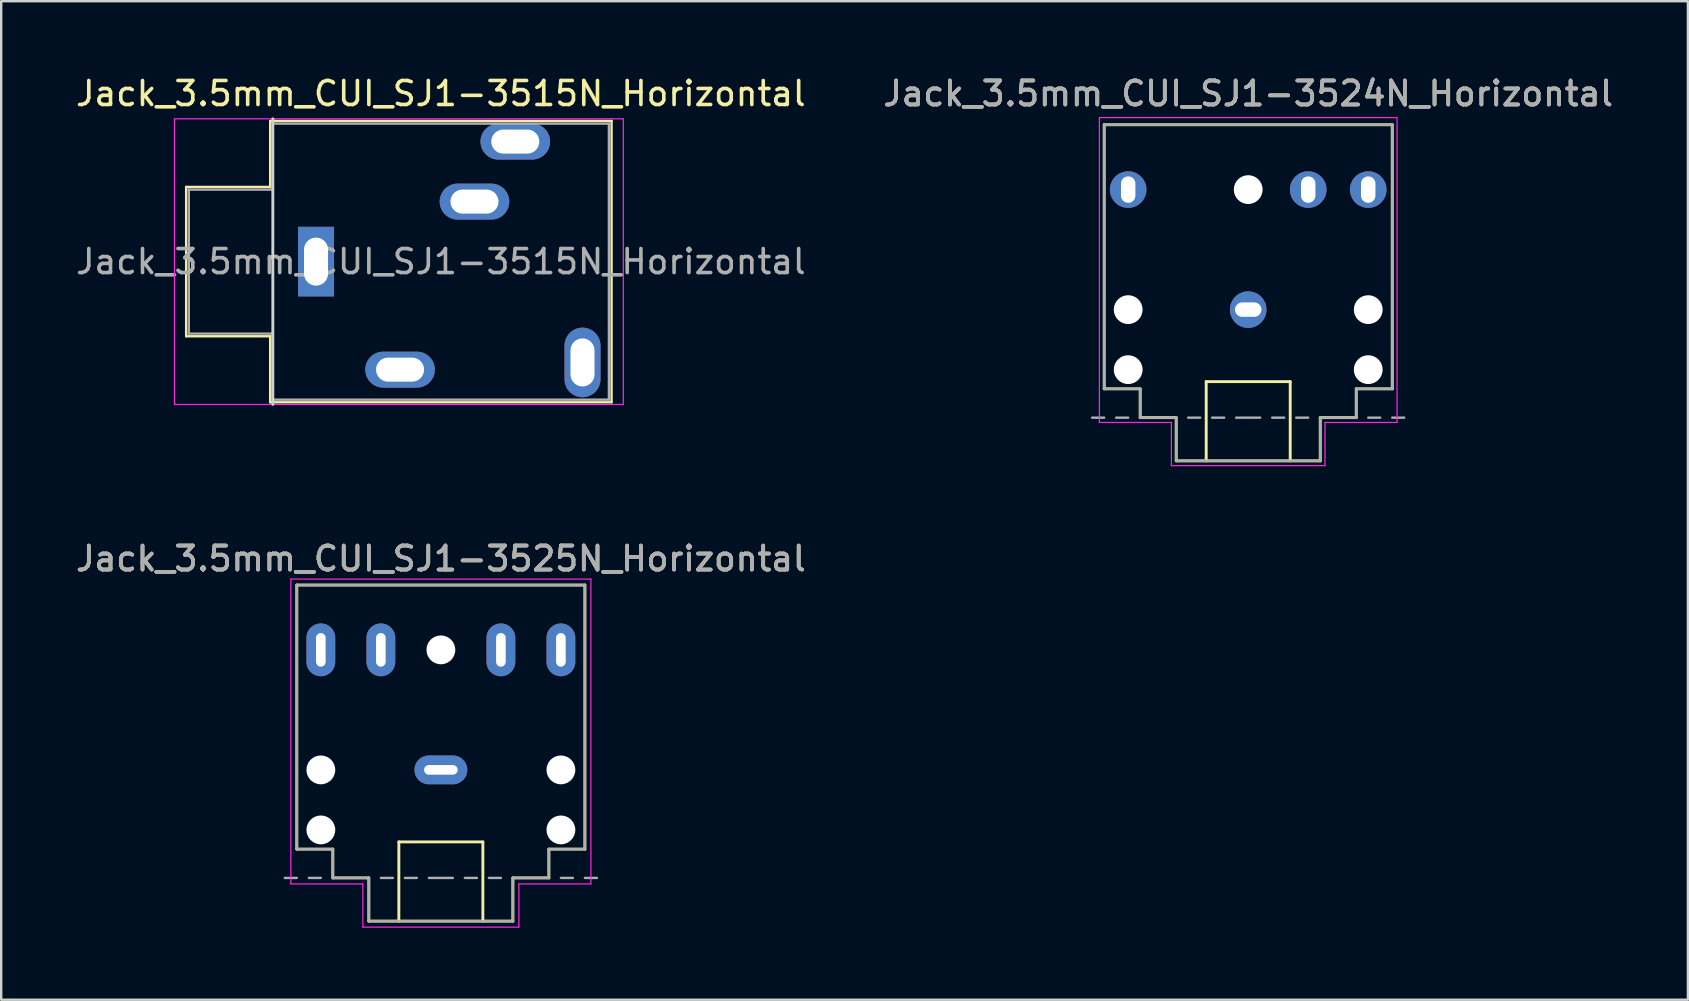
<source format=kicad_pcb>
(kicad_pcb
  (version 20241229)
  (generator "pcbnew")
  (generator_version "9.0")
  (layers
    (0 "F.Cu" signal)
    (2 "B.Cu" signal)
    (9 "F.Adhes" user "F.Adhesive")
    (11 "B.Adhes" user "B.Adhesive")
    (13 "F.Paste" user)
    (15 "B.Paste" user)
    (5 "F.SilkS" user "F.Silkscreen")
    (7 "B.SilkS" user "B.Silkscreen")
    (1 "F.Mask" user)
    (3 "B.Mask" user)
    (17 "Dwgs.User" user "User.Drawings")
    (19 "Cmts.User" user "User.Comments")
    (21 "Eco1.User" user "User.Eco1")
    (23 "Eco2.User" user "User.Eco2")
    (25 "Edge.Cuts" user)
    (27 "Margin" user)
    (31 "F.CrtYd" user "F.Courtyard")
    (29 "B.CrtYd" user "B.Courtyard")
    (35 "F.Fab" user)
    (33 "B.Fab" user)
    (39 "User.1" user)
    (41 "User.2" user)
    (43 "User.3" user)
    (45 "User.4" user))
  (footprint "Jack_3.5mm_CUI_SJ1-3515N_Horizontal"
    (layer "F.Cu")
    (at 10.115 7.848)
    (property "Reference" "Jack_3.5mm_CUI_SJ1-3515N_Horizontal" (at 5.2 -7 0) (unlocked yes) (layer "F.SilkS") (effects (font (size 1 1) (thickness 0.15))))
    (attr through_hole)
    (fp_line (start -5.41 -3.11) (end -5.41 3.11) (stroke (width 0.1) (type solid)) (layer "F.SilkS"))
    (fp_line (start -1.91 -5.86) (end -1.91 -3.11) (stroke (width 0.1) (type solid)) (layer "F.SilkS"))
    (fp_line (start -1.91 -3.11) (end -5.41 -3.11) (stroke (width 0.1) (type solid)) (layer "F.SilkS"))
    (fp_line (start -1.91 3.11) (end -5.41 3.11) (stroke (width 0.1) (type solid)) (layer "F.SilkS"))
    (fp_line (start -1.91 5.86) (end -1.91 3.11) (stroke (width 0.1) (type solid)) (layer "F.SilkS"))
    (fp_line (start 12.31 -5.86) (end -1.91 -5.86) (stroke (width 0.1) (type solid)) (layer "F.SilkS"))
    (fp_line (start 12.31 -5.86) (end 12.31 5.86) (stroke (width 0.1) (type solid)) (layer "F.SilkS"))
    (fp_line (start 12.31 5.86) (end -1.91 5.86) (stroke (width 0.1) (type solid)) (layer "F.SilkS"))
    (fp_line (start -1.8 -5.95) (end -1.8 5.95) (stroke (width 0.12) (type solid)) (layer "Edge.Cuts"))
    (fp_rect (start -5.9 -5.95) (end 12.8 5.95) (stroke (width 0.05) (type solid)) (fill no) (layer "F.CrtYd"))
    (fp_line (start -5.3 -3) (end -5.3 3) (stroke (width 0.1) (type solid)) (layer "F.Fab"))
    (fp_line (start -1.8 -5.75) (end -1.8 -3) (stroke (width 0.1) (type solid)) (layer "F.Fab"))
    (fp_line (start -1.8 -3) (end -5.3 -3) (stroke (width 0.1) (type solid)) (layer "F.Fab"))
    (fp_line (start -1.8 3) (end -5.3 3) (stroke (width 0.1) (type solid)) (layer "F.Fab"))
    (fp_line (start -1.8 5.75) (end -1.8 3) (stroke (width 0.1) (type solid)) (layer "F.Fab"))
    (fp_line (start 12.2 -5.75) (end -1.8 -5.75) (stroke (width 0.1) (type solid)) (layer "F.Fab"))
    (fp_line (start 12.2 -5.75) (end 12.2 5.75) (stroke (width 0.1) (type solid)) (layer "F.Fab"))
    (fp_line (start 12.2 5.75) (end -1.8 5.75) (stroke (width 0.1) (type solid)) (layer "F.Fab"))
    (fp_text user "${REFERENCE}" (at 5.2 0 0) (unlocked yes) (layer "F.Fab") (effects (font (size 1 1) (thickness 0.15))))
    (pad "1" thru_hole rect (at 0 0 270) (size 2.9 1.5) (drill oval 2 1) (layers "*.Cu" "*.Mask"))
    (pad "2" thru_hole oval (at 3.5 4.5) (size 2.9 1.5) (drill oval 2 1) (layers "*.Cu" "*.Mask"))
    (pad "3" thru_hole oval (at 8.3 -5) (size 2.9 1.5) (drill oval 2 1) (layers "*.Cu" "*.Mask"))
    (pad "4" thru_hole oval (at 11.1 4.2 90) (size 2.9 1.5) (drill oval 2 1) (layers "*.Cu" "*.Mask"))
    (pad "5" thru_hole oval (at 6.6 -2.5) (size 2.9 1.5) (drill oval 2 1) (layers "*.Cu" "*.Mask")))
  (footprint "Jack_3.5mm_CUI_SJ1-3525N_Horizontal"
    (layer "F.Cu")
    (at 15.315 29.021)
    (property "Reference" "Jack_3.5mm_CUI_SJ1-3525N_Horizontal" (at 0 -8.8 0) (layer "F.SilkS") (effects (font (size 1 1) (thickness 0.15))))
    (attr through_hole exclude_from_pos_files exclude_from_bom)
    (fp_line (start -6 -7.7) (end 6 -7.7) (stroke (width 0.12) (type solid)) (layer "F.SilkS"))
    (fp_line (start -6 3.3) (end -6 -7.7) (stroke (width 0.12) (type solid)) (layer "F.SilkS"))
    (fp_line (start -4.5 3.3) (end -6 3.3) (stroke (width 0.12) (type solid)) (layer "F.SilkS"))
    (fp_line (start -4.5 4.5) (end -4.5 3.3) (stroke (width 0.12) (type solid)) (layer "F.SilkS"))
    (fp_line (start -3 4.5) (end -4.5 4.5) (stroke (width 0.12) (type solid)) (layer "F.SilkS"))
    (fp_line (start -3 6.3) (end -3 4.5) (stroke (width 0.12) (type solid)) (layer "F.SilkS"))
    (fp_line (start -1.75 3) (end -1.75 6.3) (stroke (width 0.12) (type solid)) (layer "F.SilkS"))
    (fp_line (start 1.75 3) (end -1.75 3) (stroke (width 0.12) (type solid)) (layer "F.SilkS"))
    (fp_line (start 1.75 6.3) (end 1.75 3) (stroke (width 0.12) (type solid)) (layer "F.SilkS"))
    (fp_line (start 3 4.5) (end 3 6.3) (stroke (width 0.12) (type solid)) (layer "F.SilkS"))
    (fp_line (start 3 6.3) (end -3 6.3) (stroke (width 0.12) (type solid)) (layer "F.SilkS"))
    (fp_line (start 4.5 3.3) (end 4.5 4.5) (stroke (width 0.12) (type solid)) (layer "F.SilkS"))
    (fp_line (start 4.5 4.5) (end 3 4.5) (stroke (width 0.12) (type solid)) (layer "F.SilkS"))
    (fp_line (start 6 -7.7) (end 6 3.3) (stroke (width 0.12) (type solid)) (layer "F.SilkS"))
    (fp_line (start 6 3.3) (end 4.5 3.3) (stroke (width 0.12) (type solid)) (layer "F.SilkS"))
    (fp_line (start -6.25 -7.95) (end -6.25 4.75) (stroke (width 0.05) (type solid)) (layer "F.CrtYd"))
    (fp_line (start -6.25 4.75) (end -3.25 4.75) (stroke (width 0.05) (type solid)) (layer "F.CrtYd"))
    (fp_line (start -3.25 4.75) (end -3.25 6.55) (stroke (width 0.05) (type solid)) (layer "F.CrtYd"))
    (fp_line (start -3.25 6.55) (end 3.25 6.55) (stroke (width 0.05) (type solid)) (layer "F.CrtYd"))
    (fp_line (start 3.25 4.75) (end 6.25 4.75) (stroke (width 0.05) (type solid)) (layer "F.CrtYd"))
    (fp_line (start 3.25 6.55) (end 3.25 4.75) (stroke (width 0.05) (type solid)) (layer "F.CrtYd"))
    (fp_line (start 6.25 -7.95) (end -6.25 -7.95) (stroke (width 0.05) (type solid)) (layer "F.CrtYd"))
    (fp_line (start 6.25 4.5) (end 6.25 -7.95) (stroke (width 0.05) (type solid)) (layer "F.CrtYd"))
    (fp_line (start 6.25 4.75) (end 6.25 4.5) (stroke (width 0.05) (type solid)) (layer "F.CrtYd"))
    (fp_line (start -6 -7.7) (end 6 -7.7) (stroke (width 0.1) (type solid)) (layer "F.Fab"))
    (fp_line (start -6 3.3) (end -6 -7.7) (stroke (width 0.1) (type solid)) (layer "F.Fab"))
    (fp_line (start -6 4.5) (end -6.5 4.5) (stroke (width 0.1) (type solid)) (layer "F.Fab"))
    (fp_line (start -5 4.5) (end -5.5 4.5) (stroke (width 0.1) (type solid)) (layer "F.Fab"))
    (fp_line (start -4.5 3.3) (end -6 3.3) (stroke (width 0.1) (type solid)) (layer "F.Fab"))
    (fp_line (start -4.5 4.5) (end -4.5 3.3) (stroke (width 0.1) (type solid)) (layer "F.Fab"))
    (fp_line (start -4.5 4.5) (end -3 4.5) (stroke (width 0.1) (type solid)) (layer "F.Fab"))
    (fp_line (start -3 4.5) (end -3 6.3) (stroke (width 0.1) (type solid)) (layer "F.Fab"))
    (fp_line (start -3 6.3) (end 3 6.3) (stroke (width 0.1) (type solid)) (layer "F.Fab"))
    (fp_line (start -2 4.5) (end -2.5 4.5) (stroke (width 0.1) (type solid)) (layer "F.Fab"))
    (fp_line (start -1 4.5) (end -1.5 4.5) (stroke (width 0.1) (type solid)) (layer "F.Fab"))
    (fp_line (start 0.5 4.5) (end -0.5 4.5) (stroke (width 0.1) (type solid)) (layer "F.Fab"))
    (fp_line (start 1.5 4.5) (end 1 4.5) (stroke (width 0.1) (type solid)) (layer "F.Fab"))
    (fp_line (start 2.5 4.5) (end 2 4.5) (stroke (width 0.1) (type solid)) (layer "F.Fab"))
    (fp_line (start 3 4.5) (end 3 6.3) (stroke (width 0.1) (type solid)) (layer "F.Fab"))
    (fp_line (start 4.5 3.3) (end 6 3.3) (stroke (width 0.1) (type solid)) (layer "F.Fab"))
    (fp_line (start 4.5 4.5) (end 3 4.5) (stroke (width 0.1) (type solid)) (layer "F.Fab"))
    (fp_line (start 4.5 4.5) (end 4.5 3.3) (stroke (width 0.1) (type solid)) (layer "F.Fab"))
    (fp_line (start 5 4.5) (end 5.5 4.5) (stroke (width 0.1) (type solid)) (layer "F.Fab"))
    (fp_line (start 6 3.3) (end 6 -7.7) (stroke (width 0.1) (type solid)) (layer "F.Fab"))
    (fp_line (start 6 4.5) (end 6.5 4.5) (stroke (width 0.1) (type solid)) (layer "F.Fab"))
    (fp_text user "${REFERENCE}" (at 0 -8.8 0) (layer "F.Fab") (effects (font (size 1 1) (thickness 0.15))))
    (fp_text user "${REFERENCE}" (at 0 -8.8 0) (layer "F.Fab") (effects (font (size 1 1) (thickness 0.15))))
    (pad "" np_thru_hole circle (at -5 0) (size 1.2 1.2) (drill 1.2) (layers "*.Cu"))
    (pad "" np_thru_hole circle (at -5 2.5) (size 1.2 1.2) (drill 1.2) (layers "*.Cu"))
    (pad "" np_thru_hole circle (at 0 -5) (size 1.2 1.2) (drill 1.2) (layers "*.Cu"))
    (pad "" np_thru_hole circle (at 5 0) (size 1.2 1.2) (drill 1.2) (layers "*.Cu"))
    (pad "" np_thru_hole circle (at 5 2.5) (size 1.2 1.2) (drill 1.2) (layers "*.Cu"))
    (pad "R" thru_hole oval (at -5 -5) (size 1.2 2.2) (drill oval 0.4 1.4) (layers "*.Cu" "*.Mask"))
    (pad "RN" thru_hole oval (at -2.5 -5) (size 1.2 2.2) (drill oval 0.4 1.4) (layers "*.Cu" "*.Mask"))
    (pad "S" thru_hole oval (at 0 0) (size 2.2 1.2) (drill oval 1.4 0.4) (layers "*.Cu" "*.Mask"))
    (pad "T" thru_hole oval (at 5 -5 180) (size 1.2 2.2) (drill oval 0.4 1.4) (layers "*.Cu" "*.Mask"))
    (pad "TN" thru_hole oval (at 2.5 -5 180) (size 1.2 2.2) (drill oval 0.4 1.4) (layers "*.Cu" "*.Mask")))
  (footprint "Jack_3.5mm_CUI_SJ1-3524N_Horizontal"
    (layer "F.Cu")
    (at 48.946 9.848)
    (property "Reference" "Jack_3.5mm_CUI_SJ1-3524N_Horizontal" (at 0 -9 0) (layer "F.SilkS") (effects (font (size 1 1) (thickness 0.15))))
    (attr through_hole)
    (fp_line (start -6 -7.7) (end 6 -7.7) (stroke (width 0.12) (type solid)) (layer "F.SilkS"))
    (fp_line (start -6 3.3) (end -6 -7.7) (stroke (width 0.12) (type solid)) (layer "F.SilkS"))
    (fp_line (start -4.5 3.3) (end -6 3.3) (stroke (width 0.12) (type solid)) (layer "F.SilkS"))
    (fp_line (start -4.5 4.5) (end -4.5 3.3) (stroke (width 0.12) (type solid)) (layer "F.SilkS"))
    (fp_line (start -3 4.5) (end -4.5 4.5) (stroke (width 0.12) (type solid)) (layer "F.SilkS"))
    (fp_line (start -3 6.3) (end -3 4.5) (stroke (width 0.12) (type solid)) (layer "F.SilkS"))
    (fp_line (start -1.75 3) (end -1.75 6.3) (stroke (width 0.12) (type solid)) (layer "F.SilkS"))
    (fp_line (start 1.75 3) (end -1.75 3) (stroke (width 0.12) (type solid)) (layer "F.SilkS"))
    (fp_line (start 1.75 6.3) (end 1.75 3) (stroke (width 0.12) (type solid)) (layer "F.SilkS"))
    (fp_line (start 3 4.5) (end 3 6.3) (stroke (width 0.12) (type solid)) (layer "F.SilkS"))
    (fp_line (start 3 6.3) (end -3 6.3) (stroke (width 0.12) (type solid)) (layer "F.SilkS"))
    (fp_line (start 4.5 3.3) (end 4.5 4.5) (stroke (width 0.12) (type solid)) (layer "F.SilkS"))
    (fp_line (start 4.5 4.5) (end 3 4.5) (stroke (width 0.12) (type solid)) (layer "F.SilkS"))
    (fp_line (start 6 -7.7) (end 6 3.3) (stroke (width 0.12) (type solid)) (layer "F.SilkS"))
    (fp_line (start 6 3.3) (end 4.5 3.3) (stroke (width 0.12) (type solid)) (layer "F.SilkS"))
    (fp_line (start -6.2 -8) (end -6.2 4.7) (stroke (width 0.05) (type solid)) (layer "F.CrtYd"))
    (fp_line (start -6.2 4.7) (end -3.2 4.7) (stroke (width 0.05) (type solid)) (layer "F.CrtYd"))
    (fp_line (start -3.2 4.7) (end -3.2 6.5) (stroke (width 0.05) (type solid)) (layer "F.CrtYd"))
    (fp_line (start -3.2 6.5) (end 3.2 6.5) (stroke (width 0.05) (type solid)) (layer "F.CrtYd"))
    (fp_line (start 3.2 4.7) (end 6.2 4.7) (stroke (width 0.05) (type solid)) (layer "F.CrtYd"))
    (fp_line (start 3.2 6.5) (end 3.2 4.7) (stroke (width 0.05) (type solid)) (layer "F.CrtYd"))
    (fp_line (start 6.2 -8) (end -6.2 -8) (stroke (width 0.05) (type solid)) (layer "F.CrtYd"))
    (fp_line (start 6.2 4.5) (end 6.2 -8) (stroke (width 0.05) (type solid)) (layer "F.CrtYd"))
    (fp_line (start 6.2 4.7) (end 6.2 4.5) (stroke (width 0.05) (type solid)) (layer "F.CrtYd"))
    (fp_line (start -6 -7.7) (end 6 -7.7) (stroke (width 0.1) (type solid)) (layer "F.Fab"))
    (fp_line (start -6 3.3) (end -6 -7.7) (stroke (width 0.1) (type solid)) (layer "F.Fab"))
    (fp_line (start -6 4.5) (end -6.5 4.5) (stroke (width 0.1) (type solid)) (layer "F.Fab"))
    (fp_line (start -5 4.5) (end -5.5 4.5) (stroke (width 0.1) (type solid)) (layer "F.Fab"))
    (fp_line (start -4.5 3.3) (end -6 3.3) (stroke (width 0.1) (type solid)) (layer "F.Fab"))
    (fp_line (start -4.5 4.5) (end -4.5 3.3) (stroke (width 0.1) (type solid)) (layer "F.Fab"))
    (fp_line (start -4.5 4.5) (end -3 4.5) (stroke (width 0.1) (type solid)) (layer "F.Fab"))
    (fp_line (start -3 4.5) (end -3 6.3) (stroke (width 0.1) (type solid)) (layer "F.Fab"))
    (fp_line (start -3 6.3) (end 3 6.3) (stroke (width 0.1) (type solid)) (layer "F.Fab"))
    (fp_line (start -2 4.5) (end -2.5 4.5) (stroke (width 0.1) (type solid)) (layer "F.Fab"))
    (fp_line (start -1 4.5) (end -1.5 4.5) (stroke (width 0.1) (type solid)) (layer "F.Fab"))
    (fp_line (start 0.5 4.5) (end -0.5 4.5) (stroke (width 0.1) (type solid)) (layer "F.Fab"))
    (fp_line (start 1.5 4.5) (end 1 4.5) (stroke (width 0.1) (type solid)) (layer "F.Fab"))
    (fp_line (start 2.5 4.5) (end 2 4.5) (stroke (width 0.1) (type solid)) (layer "F.Fab"))
    (fp_line (start 3 4.5) (end 3 6.3) (stroke (width 0.1) (type solid)) (layer "F.Fab"))
    (fp_line (start 4.5 3.3) (end 6 3.3) (stroke (width 0.1) (type solid)) (layer "F.Fab"))
    (fp_line (start 4.5 4.5) (end 3 4.5) (stroke (width 0.1) (type solid)) (layer "F.Fab"))
    (fp_line (start 4.5 4.5) (end 4.5 3.3) (stroke (width 0.1) (type solid)) (layer "F.Fab"))
    (fp_line (start 5 4.5) (end 5.5 4.5) (stroke (width 0.1) (type solid)) (layer "F.Fab"))
    (fp_line (start 6 3.3) (end 6 -7.7) (stroke (width 0.1) (type solid)) (layer "F.Fab"))
    (fp_line (start 6 4.5) (end 6.5 4.5) (stroke (width 0.1) (type solid)) (layer "F.Fab"))
    (fp_text user "${REFERENCE}" (at 0 -9 0) (layer "F.Fab") (effects (font (size 1 1) (thickness 0.15))))
    (fp_text user "${REFERENCE}" (at 0 -9 0) (layer "F.Fab") (effects (font (size 1 1) (thickness 0.15))))
    (pad "" np_thru_hole circle (at -5 0) (size 1.2 1.2) (drill 1.2) (layers "*.Cu"))
    (pad "" np_thru_hole circle (at -5 2.5) (size 1.2 1.2) (drill 1.2) (layers "*.Cu"))
    (pad "" np_thru_hole circle (at 0 -5) (size 1.2 1.2) (drill 1.2) (layers "*.Cu"))
    (pad "" np_thru_hole circle (at 5 0) (size 1.2 1.2) (drill 1.2) (layers "*.Cu"))
    (pad "" np_thru_hole circle (at 5 2.5) (size 1.2 1.2) (drill 1.2) (layers "*.Cu"))
    (pad "R" thru_hole circle (at -5 -5) (size 1.524 1.524) (drill oval 0.6 1.1) (layers "*.Cu" "*.Mask"))
    (pad "S" thru_hole circle (at 0 0) (size 1.524 1.524) (drill oval 1.1 0.6) (layers "*.Cu" "*.Mask"))
    (pad "T" thru_hole circle (at 5 -5 180) (size 1.524 1.524) (drill oval 0.6 1.1) (layers "*.Cu" "*.Mask"))
    (pad "TS" thru_hole circle (at 2.5 -5) (size 1.524 1.524) (drill oval 0.6 1.1) (layers "*.Cu" "*.Mask")))
  (gr_rect
    (start -3 -3)
    (end 67.262 38.596)
    (stroke (width 0.1) (type default))
    (fill no)
    (layer "Edge.Cuts")))
</source>
